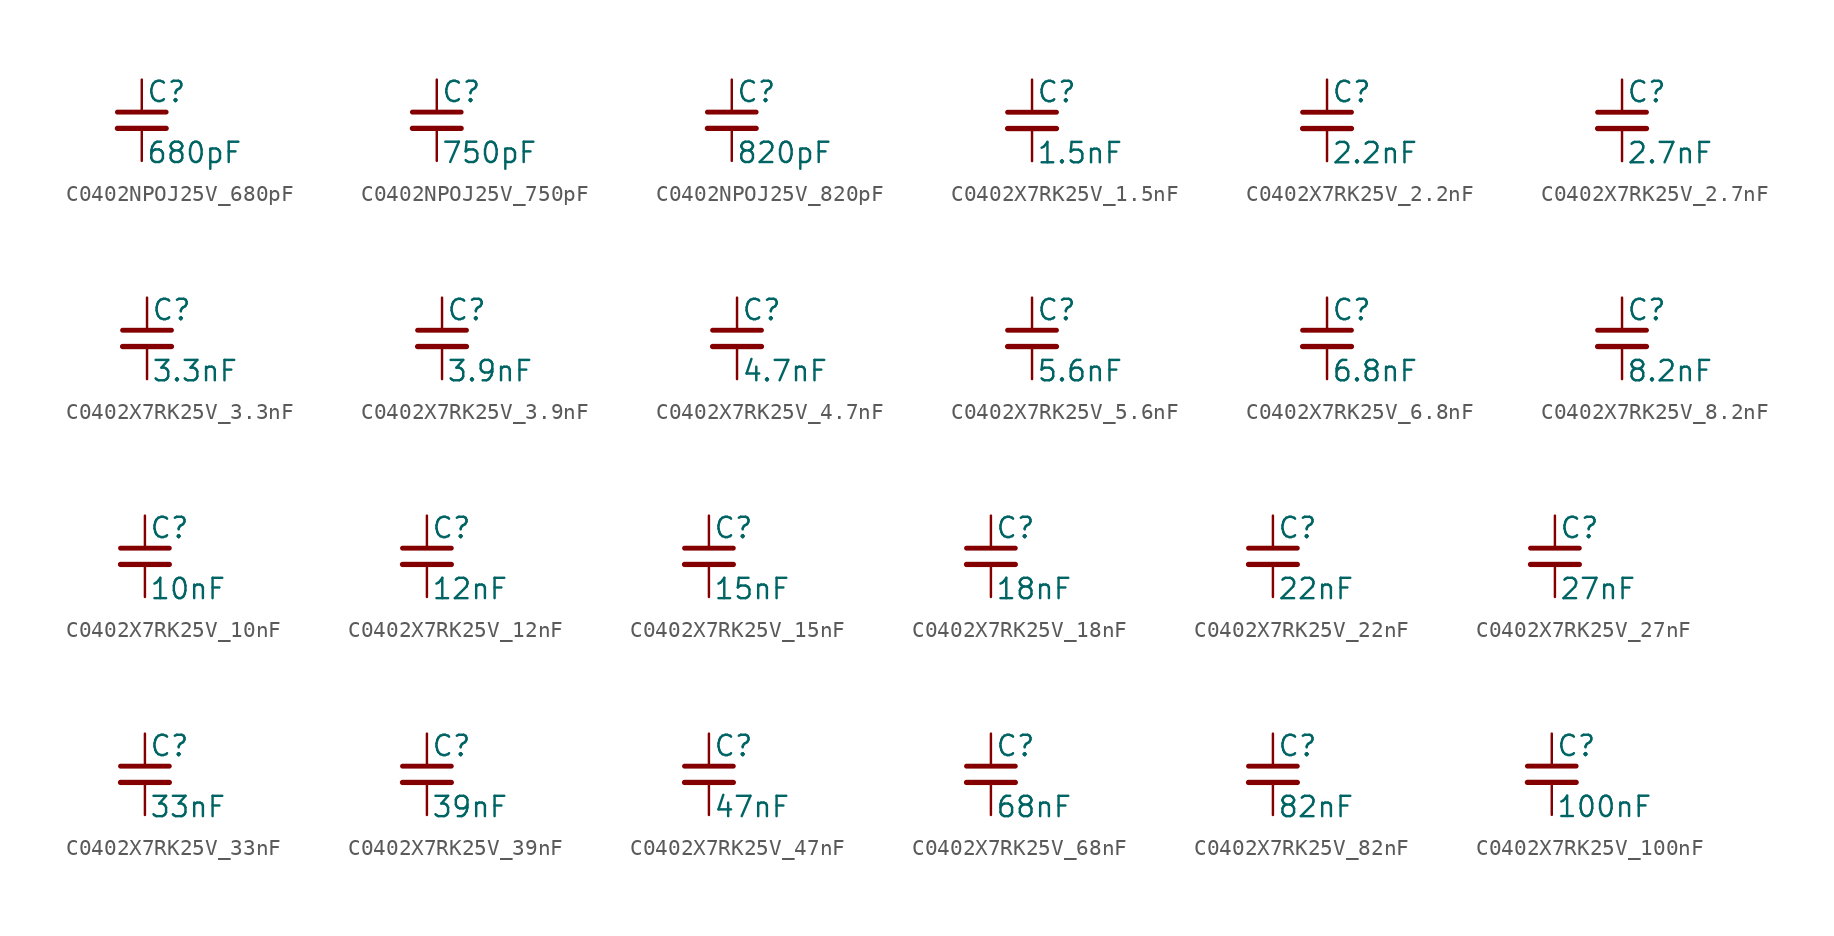
<source format=kicad_sym>
(kicad_symbol_lib
  (version 20220914)
  (generator kicad_symbol_editor)
  (symbol "C0402NPOJ25V_680pF"
    (pin_numbers hide)
    (pin_names
      (offset 0.254) hide)
    (property "Reference" "C"
      (at 0.254 1.778 0)
      (effects (font (size 1.27 1.27)) (justify left)))
    (property "Value" "680pF"
      (at 0.254 -2.032 0)
      (effects (font (size 1.27 1.27)) (justify left)))
    (symbol "C0402NPOJ25V_680pF_0_1"
      (polyline (pts (xy -1.524 -0.508) (xy 1.524 -0.508)) (stroke (width 0.33) (type default)) (fill (type none)))
      (polyline (pts (xy -1.524 0.508) (xy 1.524 0.508)) (stroke (width 0.305) (type default)) (fill (type none))))
    (symbol "C0402NPOJ25V_680pF_1_1"
      (pin passive line (at 0 2.54 270) (length 2.032) (name "~" (effects (font (size 1.27 1.27)))) (number "1" (effects (font (size 1.27 1.27)))))
      (pin passive line (at 0 -2.54 90) (length 2.032) (name "~" (effects (font (size 1.27 1.27)))) (number "2" (effects (font (size 1.27 1.27)))))))
  (symbol "C0402NPOJ25V_750pF"
    (pin_numbers hide)
    (pin_names
      (offset 0.254) hide)
    (property "Reference" "C"
      (at 0.254 1.778 0)
      (effects (font (size 1.27 1.27)) (justify left)))
    (property "Value" "750pF"
      (at 0.254 -2.032 0)
      (effects (font (size 1.27 1.27)) (justify left)))
    (symbol "C0402NPOJ25V_750pF_0_1"
      (polyline (pts (xy -1.524 -0.508) (xy 1.524 -0.508)) (stroke (width 0.33) (type default)) (fill (type none)))
      (polyline (pts (xy -1.524 0.508) (xy 1.524 0.508)) (stroke (width 0.305) (type default)) (fill (type none))))
    (symbol "C0402NPOJ25V_750pF_1_1"
      (pin passive line (at 0 2.54 270) (length 2.032) (name "~" (effects (font (size 1.27 1.27)))) (number "1" (effects (font (size 1.27 1.27)))))
      (pin passive line (at 0 -2.54 90) (length 2.032) (name "~" (effects (font (size 1.27 1.27)))) (number "2" (effects (font (size 1.27 1.27)))))))
  (symbol "C0402NPOJ25V_820pF"
    (pin_numbers hide)
    (pin_names
      (offset 0.254) hide)
    (property "Reference" "C"
      (at 0.254 1.778 0)
      (effects (font (size 1.27 1.27)) (justify left)))
    (property "Value" "820pF"
      (at 0.254 -2.032 0)
      (effects (font (size 1.27 1.27)) (justify left)))
    (symbol "C0402NPOJ25V_820pF_0_1"
      (polyline (pts (xy -1.524 -0.508) (xy 1.524 -0.508)) (stroke (width 0.33) (type default)) (fill (type none)))
      (polyline (pts (xy -1.524 0.508) (xy 1.524 0.508)) (stroke (width 0.305) (type default)) (fill (type none))))
    (symbol "C0402NPOJ25V_820pF_1_1"
      (pin passive line (at 0 2.54 270) (length 2.032) (name "~" (effects (font (size 1.27 1.27)))) (number "1" (effects (font (size 1.27 1.27)))))
      (pin passive line (at 0 -2.54 90) (length 2.032) (name "~" (effects (font (size 1.27 1.27)))) (number "2" (effects (font (size 1.27 1.27)))))))
  (symbol "C0402X7RK25V_1.5nF"
    (pin_numbers hide)
    (pin_names
      (offset 0.254) hide)
    (property "Reference" "C"
      (at 0.254 1.778 0)
      (effects (font (size 1.27 1.27)) (justify left)))
    (property "Value" "1.5nF"
      (at 0.254 -2.032 0)
      (effects (font (size 1.27 1.27)) (justify left)))
    (symbol "C0402X7RK25V_1.5nF_0_1"
      (polyline (pts (xy -1.524 -0.508) (xy 1.524 -0.508)) (stroke (width 0.33) (type default)) (fill (type none)))
      (polyline (pts (xy -1.524 0.508) (xy 1.524 0.508)) (stroke (width 0.305) (type default)) (fill (type none))))
    (symbol "C0402X7RK25V_1.5nF_1_1"
      (pin passive line (at 0 2.54 270) (length 2.032) (name "~" (effects (font (size 1.27 1.27)))) (number "1" (effects (font (size 1.27 1.27)))))
      (pin passive line (at 0 -2.54 90) (length 2.032) (name "~" (effects (font (size 1.27 1.27)))) (number "2" (effects (font (size 1.27 1.27)))))))
  (symbol "C0402X7RK25V_2.2nF"
    (pin_numbers hide)
    (pin_names
      (offset 0.254) hide)
    (property "Reference" "C"
      (at 0.254 1.778 0)
      (effects (font (size 1.27 1.27)) (justify left)))
    (property "Value" "2.2nF"
      (at 0.254 -2.032 0)
      (effects (font (size 1.27 1.27)) (justify left)))
    (symbol "C0402X7RK25V_2.2nF_0_1"
      (polyline (pts (xy -1.524 -0.508) (xy 1.524 -0.508)) (stroke (width 0.33) (type default)) (fill (type none)))
      (polyline (pts (xy -1.524 0.508) (xy 1.524 0.508)) (stroke (width 0.305) (type default)) (fill (type none))))
    (symbol "C0402X7RK25V_2.2nF_1_1"
      (pin passive line (at 0 2.54 270) (length 2.032) (name "~" (effects (font (size 1.27 1.27)))) (number "1" (effects (font (size 1.27 1.27)))))
      (pin passive line (at 0 -2.54 90) (length 2.032) (name "~" (effects (font (size 1.27 1.27)))) (number "2" (effects (font (size 1.27 1.27)))))))
  (symbol "C0402X7RK25V_2.7nF"
    (pin_numbers hide)
    (pin_names
      (offset 0.254) hide)
    (property "Reference" "C"
      (at 0.254 1.778 0)
      (effects (font (size 1.27 1.27)) (justify left)))
    (property "Value" "2.7nF"
      (at 0.254 -2.032 0)
      (effects (font (size 1.27 1.27)) (justify left)))
    (symbol "C0402X7RK25V_2.7nF_0_1"
      (polyline (pts (xy -1.524 -0.508) (xy 1.524 -0.508)) (stroke (width 0.33) (type default)) (fill (type none)))
      (polyline (pts (xy -1.524 0.508) (xy 1.524 0.508)) (stroke (width 0.305) (type default)) (fill (type none))))
    (symbol "C0402X7RK25V_2.7nF_1_1"
      (pin passive line (at 0 2.54 270) (length 2.032) (name "~" (effects (font (size 1.27 1.27)))) (number "1" (effects (font (size 1.27 1.27)))))
      (pin passive line (at 0 -2.54 90) (length 2.032) (name "~" (effects (font (size 1.27 1.27)))) (number "2" (effects (font (size 1.27 1.27)))))))
  (symbol "C0402X7RK25V_3.3nF"
    (pin_numbers hide)
    (pin_names
      (offset 0.254) hide)
    (property "Reference" "C"
      (at 0.254 1.778 0)
      (effects (font (size 1.27 1.27)) (justify left)))
    (property "Value" "3.3nF"
      (at 0.254 -2.032 0)
      (effects (font (size 1.27 1.27)) (justify left)))
    (symbol "C0402X7RK25V_3.3nF_0_1"
      (polyline (pts (xy -1.524 -0.508) (xy 1.524 -0.508)) (stroke (width 0.33) (type default)) (fill (type none)))
      (polyline (pts (xy -1.524 0.508) (xy 1.524 0.508)) (stroke (width 0.305) (type default)) (fill (type none))))
    (symbol "C0402X7RK25V_3.3nF_1_1"
      (pin passive line (at 0 2.54 270) (length 2.032) (name "~" (effects (font (size 1.27 1.27)))) (number "1" (effects (font (size 1.27 1.27)))))
      (pin passive line (at 0 -2.54 90) (length 2.032) (name "~" (effects (font (size 1.27 1.27)))) (number "2" (effects (font (size 1.27 1.27)))))))
  (symbol "C0402X7RK25V_3.9nF"
    (pin_numbers hide)
    (pin_names
      (offset 0.254) hide)
    (property "Reference" "C"
      (at 0.254 1.778 0)
      (effects (font (size 1.27 1.27)) (justify left)))
    (property "Value" "3.9nF"
      (at 0.254 -2.032 0)
      (effects (font (size 1.27 1.27)) (justify left)))
    (symbol "C0402X7RK25V_3.9nF_0_1"
      (polyline (pts (xy -1.524 -0.508) (xy 1.524 -0.508)) (stroke (width 0.33) (type default)) (fill (type none)))
      (polyline (pts (xy -1.524 0.508) (xy 1.524 0.508)) (stroke (width 0.305) (type default)) (fill (type none))))
    (symbol "C0402X7RK25V_3.9nF_1_1"
      (pin passive line (at 0 2.54 270) (length 2.032) (name "~" (effects (font (size 1.27 1.27)))) (number "1" (effects (font (size 1.27 1.27)))))
      (pin passive line (at 0 -2.54 90) (length 2.032) (name "~" (effects (font (size 1.27 1.27)))) (number "2" (effects (font (size 1.27 1.27)))))))
  (symbol "C0402X7RK25V_4.7nF"
    (pin_numbers hide)
    (pin_names
      (offset 0.254) hide)
    (property "Reference" "C"
      (at 0.254 1.778 0)
      (effects (font (size 1.27 1.27)) (justify left)))
    (property "Value" "4.7nF"
      (at 0.254 -2.032 0)
      (effects (font (size 1.27 1.27)) (justify left)))
    (symbol "C0402X7RK25V_4.7nF_0_1"
      (polyline (pts (xy -1.524 -0.508) (xy 1.524 -0.508)) (stroke (width 0.33) (type default)) (fill (type none)))
      (polyline (pts (xy -1.524 0.508) (xy 1.524 0.508)) (stroke (width 0.305) (type default)) (fill (type none))))
    (symbol "C0402X7RK25V_4.7nF_1_1"
      (pin passive line (at 0 2.54 270) (length 2.032) (name "~" (effects (font (size 1.27 1.27)))) (number "1" (effects (font (size 1.27 1.27)))))
      (pin passive line (at 0 -2.54 90) (length 2.032) (name "~" (effects (font (size 1.27 1.27)))) (number "2" (effects (font (size 1.27 1.27)))))))
  (symbol "C0402X7RK25V_5.6nF"
    (pin_numbers hide)
    (pin_names
      (offset 0.254) hide)
    (property "Reference" "C"
      (at 0.254 1.778 0)
      (effects (font (size 1.27 1.27)) (justify left)))
    (property "Value" "5.6nF"
      (at 0.254 -2.032 0)
      (effects (font (size 1.27 1.27)) (justify left)))
    (symbol "C0402X7RK25V_5.6nF_0_1"
      (polyline (pts (xy -1.524 -0.508) (xy 1.524 -0.508)) (stroke (width 0.33) (type default)) (fill (type none)))
      (polyline (pts (xy -1.524 0.508) (xy 1.524 0.508)) (stroke (width 0.305) (type default)) (fill (type none))))
    (symbol "C0402X7RK25V_5.6nF_1_1"
      (pin passive line (at 0 2.54 270) (length 2.032) (name "~" (effects (font (size 1.27 1.27)))) (number "1" (effects (font (size 1.27 1.27)))))
      (pin passive line (at 0 -2.54 90) (length 2.032) (name "~" (effects (font (size 1.27 1.27)))) (number "2" (effects (font (size 1.27 1.27)))))))
  (symbol "C0402X7RK25V_6.8nF"
    (pin_numbers hide)
    (pin_names
      (offset 0.254) hide)
    (property "Reference" "C"
      (at 0.254 1.778 0)
      (effects (font (size 1.27 1.27)) (justify left)))
    (property "Value" "6.8nF"
      (at 0.254 -2.032 0)
      (effects (font (size 1.27 1.27)) (justify left)))
    (symbol "C0402X7RK25V_6.8nF_0_1"
      (polyline (pts (xy -1.524 -0.508) (xy 1.524 -0.508)) (stroke (width 0.33) (type default)) (fill (type none)))
      (polyline (pts (xy -1.524 0.508) (xy 1.524 0.508)) (stroke (width 0.305) (type default)) (fill (type none))))
    (symbol "C0402X7RK25V_6.8nF_1_1"
      (pin passive line (at 0 2.54 270) (length 2.032) (name "~" (effects (font (size 1.27 1.27)))) (number "1" (effects (font (size 1.27 1.27)))))
      (pin passive line (at 0 -2.54 90) (length 2.032) (name "~" (effects (font (size 1.27 1.27)))) (number "2" (effects (font (size 1.27 1.27)))))))
  (symbol "C0402X7RK25V_8.2nF"
    (pin_numbers hide)
    (pin_names
      (offset 0.254) hide)
    (property "Reference" "C"
      (at 0.254 1.778 0)
      (effects (font (size 1.27 1.27)) (justify left)))
    (property "Value" "8.2nF"
      (at 0.254 -2.032 0)
      (effects (font (size 1.27 1.27)) (justify left)))
    (symbol "C0402X7RK25V_8.2nF_0_1"
      (polyline (pts (xy -1.524 -0.508) (xy 1.524 -0.508)) (stroke (width 0.33) (type default)) (fill (type none)))
      (polyline (pts (xy -1.524 0.508) (xy 1.524 0.508)) (stroke (width 0.305) (type default)) (fill (type none))))
    (symbol "C0402X7RK25V_8.2nF_1_1"
      (pin passive line (at 0 2.54 270) (length 2.032) (name "~" (effects (font (size 1.27 1.27)))) (number "1" (effects (font (size 1.27 1.27)))))
      (pin passive line (at 0 -2.54 90) (length 2.032) (name "~" (effects (font (size 1.27 1.27)))) (number "2" (effects (font (size 1.27 1.27)))))))
  (symbol "C0402X7RK25V_10nF"
    (pin_numbers hide)
    (pin_names
      (offset 0.254) hide)
    (property "Reference" "C"
      (at 0.254 1.778 0)
      (effects (font (size 1.27 1.27)) (justify left)))
    (property "Value" "10nF"
      (at 0.254 -2.032 0)
      (effects (font (size 1.27 1.27)) (justify left)))
    (symbol "C0402X7RK25V_10nF_0_1"
      (polyline (pts (xy -1.524 -0.508) (xy 1.524 -0.508)) (stroke (width 0.33) (type default)) (fill (type none)))
      (polyline (pts (xy -1.524 0.508) (xy 1.524 0.508)) (stroke (width 0.305) (type default)) (fill (type none))))
    (symbol "C0402X7RK25V_10nF_1_1"
      (pin passive line (at 0 2.54 270) (length 2.032) (name "~" (effects (font (size 1.27 1.27)))) (number "1" (effects (font (size 1.27 1.27)))))
      (pin passive line (at 0 -2.54 90) (length 2.032) (name "~" (effects (font (size 1.27 1.27)))) (number "2" (effects (font (size 1.27 1.27)))))))
  (symbol "C0402X7RK25V_12nF"
    (pin_numbers hide)
    (pin_names
      (offset 0.254) hide)
    (property "Reference" "C"
      (at 0.254 1.778 0)
      (effects (font (size 1.27 1.27)) (justify left)))
    (property "Value" "12nF"
      (at 0.254 -2.032 0)
      (effects (font (size 1.27 1.27)) (justify left)))
    (symbol "C0402X7RK25V_12nF_0_1"
      (polyline (pts (xy -1.524 -0.508) (xy 1.524 -0.508)) (stroke (width 0.33) (type default)) (fill (type none)))
      (polyline (pts (xy -1.524 0.508) (xy 1.524 0.508)) (stroke (width 0.305) (type default)) (fill (type none))))
    (symbol "C0402X7RK25V_12nF_1_1"
      (pin passive line (at 0 2.54 270) (length 2.032) (name "~" (effects (font (size 1.27 1.27)))) (number "1" (effects (font (size 1.27 1.27)))))
      (pin passive line (at 0 -2.54 90) (length 2.032) (name "~" (effects (font (size 1.27 1.27)))) (number "2" (effects (font (size 1.27 1.27)))))))
  (symbol "C0402X7RK25V_15nF"
    (pin_numbers hide)
    (pin_names
      (offset 0.254) hide)
    (property "Reference" "C"
      (at 0.254 1.778 0)
      (effects (font (size 1.27 1.27)) (justify left)))
    (property "Value" "15nF"
      (at 0.254 -2.032 0)
      (effects (font (size 1.27 1.27)) (justify left)))
    (symbol "C0402X7RK25V_15nF_0_1"
      (polyline (pts (xy -1.524 -0.508) (xy 1.524 -0.508)) (stroke (width 0.33) (type default)) (fill (type none)))
      (polyline (pts (xy -1.524 0.508) (xy 1.524 0.508)) (stroke (width 0.305) (type default)) (fill (type none))))
    (symbol "C0402X7RK25V_15nF_1_1"
      (pin passive line (at 0 2.54 270) (length 2.032) (name "~" (effects (font (size 1.27 1.27)))) (number "1" (effects (font (size 1.27 1.27)))))
      (pin passive line (at 0 -2.54 90) (length 2.032) (name "~" (effects (font (size 1.27 1.27)))) (number "2" (effects (font (size 1.27 1.27)))))))
  (symbol "C0402X7RK25V_18nF"
    (pin_numbers hide)
    (pin_names
      (offset 0.254) hide)
    (property "Reference" "C"
      (at 0.254 1.778 0)
      (effects (font (size 1.27 1.27)) (justify left)))
    (property "Value" "18nF"
      (at 0.254 -2.032 0)
      (effects (font (size 1.27 1.27)) (justify left)))
    (symbol "C0402X7RK25V_18nF_0_1"
      (polyline (pts (xy -1.524 -0.508) (xy 1.524 -0.508)) (stroke (width 0.33) (type default)) (fill (type none)))
      (polyline (pts (xy -1.524 0.508) (xy 1.524 0.508)) (stroke (width 0.305) (type default)) (fill (type none))))
    (symbol "C0402X7RK25V_18nF_1_1"
      (pin passive line (at 0 2.54 270) (length 2.032) (name "~" (effects (font (size 1.27 1.27)))) (number "1" (effects (font (size 1.27 1.27)))))
      (pin passive line (at 0 -2.54 90) (length 2.032) (name "~" (effects (font (size 1.27 1.27)))) (number "2" (effects (font (size 1.27 1.27)))))))
  (symbol "C0402X7RK25V_22nF"
    (pin_numbers hide)
    (pin_names
      (offset 0.254) hide)
    (property "Reference" "C"
      (at 0.254 1.778 0)
      (effects (font (size 1.27 1.27)) (justify left)))
    (property "Value" "22nF"
      (at 0.254 -2.032 0)
      (effects (font (size 1.27 1.27)) (justify left)))
    (symbol "C0402X7RK25V_22nF_0_1"
      (polyline (pts (xy -1.524 -0.508) (xy 1.524 -0.508)) (stroke (width 0.33) (type default)) (fill (type none)))
      (polyline (pts (xy -1.524 0.508) (xy 1.524 0.508)) (stroke (width 0.305) (type default)) (fill (type none))))
    (symbol "C0402X7RK25V_22nF_1_1"
      (pin passive line (at 0 2.54 270) (length 2.032) (name "~" (effects (font (size 1.27 1.27)))) (number "1" (effects (font (size 1.27 1.27)))))
      (pin passive line (at 0 -2.54 90) (length 2.032) (name "~" (effects (font (size 1.27 1.27)))) (number "2" (effects (font (size 1.27 1.27)))))))
  (symbol "C0402X7RK25V_27nF"
    (pin_numbers hide)
    (pin_names
      (offset 0.254) hide)
    (property "Reference" "C"
      (at 0.254 1.778 0)
      (effects (font (size 1.27 1.27)) (justify left)))
    (property "Value" "27nF"
      (at 0.254 -2.032 0)
      (effects (font (size 1.27 1.27)) (justify left)))
    (symbol "C0402X7RK25V_27nF_0_1"
      (polyline (pts (xy -1.524 -0.508) (xy 1.524 -0.508)) (stroke (width 0.33) (type default)) (fill (type none)))
      (polyline (pts (xy -1.524 0.508) (xy 1.524 0.508)) (stroke (width 0.305) (type default)) (fill (type none))))
    (symbol "C0402X7RK25V_27nF_1_1"
      (pin passive line (at 0 2.54 270) (length 2.032) (name "~" (effects (font (size 1.27 1.27)))) (number "1" (effects (font (size 1.27 1.27)))))
      (pin passive line (at 0 -2.54 90) (length 2.032) (name "~" (effects (font (size 1.27 1.27)))) (number "2" (effects (font (size 1.27 1.27)))))))
  (symbol "C0402X7RK25V_33nF"
    (pin_numbers hide)
    (pin_names
      (offset 0.254) hide)
    (property "Reference" "C"
      (at 0.254 1.778 0)
      (effects (font (size 1.27 1.27)) (justify left)))
    (property "Value" "33nF"
      (at 0.254 -2.032 0)
      (effects (font (size 1.27 1.27)) (justify left)))
    (symbol "C0402X7RK25V_33nF_0_1"
      (polyline (pts (xy -1.524 -0.508) (xy 1.524 -0.508)) (stroke (width 0.33) (type default)) (fill (type none)))
      (polyline (pts (xy -1.524 0.508) (xy 1.524 0.508)) (stroke (width 0.305) (type default)) (fill (type none))))
    (symbol "C0402X7RK25V_33nF_1_1"
      (pin passive line (at 0 2.54 270) (length 2.032) (name "~" (effects (font (size 1.27 1.27)))) (number "1" (effects (font (size 1.27 1.27)))))
      (pin passive line (at 0 -2.54 90) (length 2.032) (name "~" (effects (font (size 1.27 1.27)))) (number "2" (effects (font (size 1.27 1.27)))))))
  (symbol "C0402X7RK25V_39nF"
    (pin_numbers hide)
    (pin_names
      (offset 0.254) hide)
    (property "Reference" "C"
      (at 0.254 1.778 0)
      (effects (font (size 1.27 1.27)) (justify left)))
    (property "Value" "39nF"
      (at 0.254 -2.032 0)
      (effects (font (size 1.27 1.27)) (justify left)))
    (symbol "C0402X7RK25V_39nF_0_1"
      (polyline (pts (xy -1.524 -0.508) (xy 1.524 -0.508)) (stroke (width 0.33) (type default)) (fill (type none)))
      (polyline (pts (xy -1.524 0.508) (xy 1.524 0.508)) (stroke (width 0.305) (type default)) (fill (type none))))
    (symbol "C0402X7RK25V_39nF_1_1"
      (pin passive line (at 0 2.54 270) (length 2.032) (name "~" (effects (font (size 1.27 1.27)))) (number "1" (effects (font (size 1.27 1.27)))))
      (pin passive line (at 0 -2.54 90) (length 2.032) (name "~" (effects (font (size 1.27 1.27)))) (number "2" (effects (font (size 1.27 1.27)))))))
  (symbol "C0402X7RK25V_47nF"
    (pin_numbers hide)
    (pin_names
      (offset 0.254) hide)
    (property "Reference" "C"
      (at 0.254 1.778 0)
      (effects (font (size 1.27 1.27)) (justify left)))
    (property "Value" "47nF"
      (at 0.254 -2.032 0)
      (effects (font (size 1.27 1.27)) (justify left)))
    (symbol "C0402X7RK25V_47nF_0_1"
      (polyline (pts (xy -1.524 -0.508) (xy 1.524 -0.508)) (stroke (width 0.33) (type default)) (fill (type none)))
      (polyline (pts (xy -1.524 0.508) (xy 1.524 0.508)) (stroke (width 0.305) (type default)) (fill (type none))))
    (symbol "C0402X7RK25V_47nF_1_1"
      (pin passive line (at 0 2.54 270) (length 2.032) (name "~" (effects (font (size 1.27 1.27)))) (number "1" (effects (font (size 1.27 1.27)))))
      (pin passive line (at 0 -2.54 90) (length 2.032) (name "~" (effects (font (size 1.27 1.27)))) (number "2" (effects (font (size 1.27 1.27)))))))
  (symbol "C0402X7RK25V_68nF"
    (pin_numbers hide)
    (pin_names
      (offset 0.254) hide)
    (property "Reference" "C"
      (at 0.254 1.778 0)
      (effects (font (size 1.27 1.27)) (justify left)))
    (property "Value" "68nF"
      (at 0.254 -2.032 0)
      (effects (font (size 1.27 1.27)) (justify left)))
    (symbol "C0402X7RK25V_68nF_0_1"
      (polyline (pts (xy -1.524 -0.508) (xy 1.524 -0.508)) (stroke (width 0.33) (type default)) (fill (type none)))
      (polyline (pts (xy -1.524 0.508) (xy 1.524 0.508)) (stroke (width 0.305) (type default)) (fill (type none))))
    (symbol "C0402X7RK25V_68nF_1_1"
      (pin passive line (at 0 2.54 270) (length 2.032) (name "~" (effects (font (size 1.27 1.27)))) (number "1" (effects (font (size 1.27 1.27)))))
      (pin passive line (at 0 -2.54 90) (length 2.032) (name "~" (effects (font (size 1.27 1.27)))) (number "2" (effects (font (size 1.27 1.27)))))))
  (symbol "C0402X7RK25V_82nF"
    (pin_numbers hide)
    (pin_names
      (offset 0.254) hide)
    (property "Reference" "C"
      (at 0.254 1.778 0)
      (effects (font (size 1.27 1.27)) (justify left)))
    (property "Value" "82nF"
      (at 0.254 -2.032 0)
      (effects (font (size 1.27 1.27)) (justify left)))
    (symbol "C0402X7RK25V_82nF_0_1"
      (polyline (pts (xy -1.524 -0.508) (xy 1.524 -0.508)) (stroke (width 0.33) (type default)) (fill (type none)))
      (polyline (pts (xy -1.524 0.508) (xy 1.524 0.508)) (stroke (width 0.305) (type default)) (fill (type none))))
    (symbol "C0402X7RK25V_82nF_1_1"
      (pin passive line (at 0 2.54 270) (length 2.032) (name "~" (effects (font (size 1.27 1.27)))) (number "1" (effects (font (size 1.27 1.27)))))
      (pin passive line (at 0 -2.54 90) (length 2.032) (name "~" (effects (font (size 1.27 1.27)))) (number "2" (effects (font (size 1.27 1.27)))))))
  (symbol "C0402X7RK25V_100nF"
    (pin_numbers hide)
    (pin_names
      (offset 0.254) hide)
    (property "Reference" "C"
      (at 0.254 1.778 0)
      (effects (font (size 1.27 1.27)) (justify left)))
    (property "Value" "100nF"
      (at 0.254 -2.032 0)
      (effects (font (size 1.27 1.27)) (justify left)))
    (symbol "C0402X7RK25V_100nF_0_1"
      (polyline (pts (xy -1.524 -0.508) (xy 1.524 -0.508)) (stroke (width 0.33) (type default)) (fill (type none)))
      (polyline (pts (xy -1.524 0.508) (xy 1.524 0.508)) (stroke (width 0.305) (type default)) (fill (type none))))
    (symbol "C0402X7RK25V_100nF_1_1"
      (pin passive line (at 0 2.54 270) (length 2.032) (name "~" (effects (font (size 1.27 1.27)))) (number "1" (effects (font (size 1.27 1.27)))))
      (pin passive line (at 0 -2.54 90) (length 2.032) (name "~" (effects (font (size 1.27 1.27)))) (number "2" (effects (font (size 1.27 1.27))))))))
</source>
